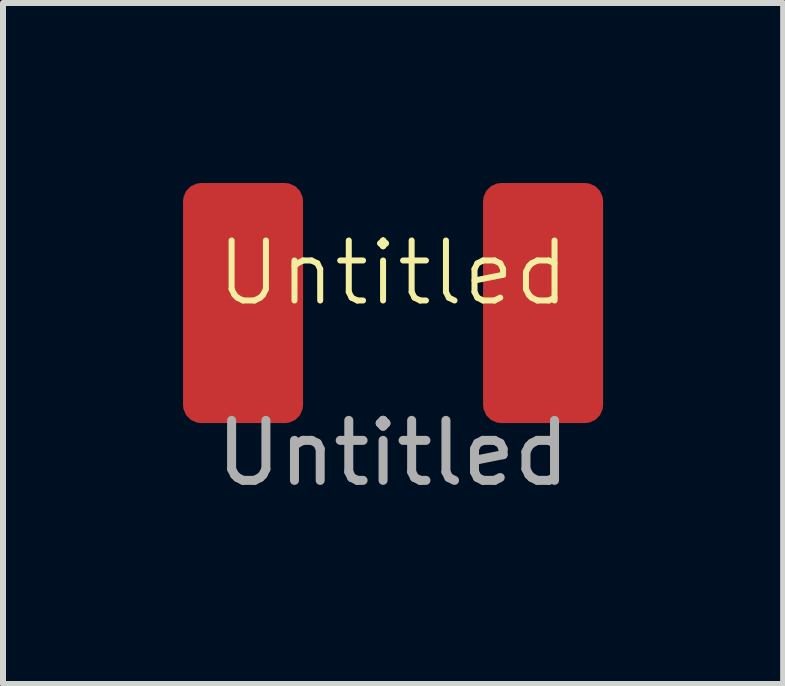
<source format=kicad_pcb>
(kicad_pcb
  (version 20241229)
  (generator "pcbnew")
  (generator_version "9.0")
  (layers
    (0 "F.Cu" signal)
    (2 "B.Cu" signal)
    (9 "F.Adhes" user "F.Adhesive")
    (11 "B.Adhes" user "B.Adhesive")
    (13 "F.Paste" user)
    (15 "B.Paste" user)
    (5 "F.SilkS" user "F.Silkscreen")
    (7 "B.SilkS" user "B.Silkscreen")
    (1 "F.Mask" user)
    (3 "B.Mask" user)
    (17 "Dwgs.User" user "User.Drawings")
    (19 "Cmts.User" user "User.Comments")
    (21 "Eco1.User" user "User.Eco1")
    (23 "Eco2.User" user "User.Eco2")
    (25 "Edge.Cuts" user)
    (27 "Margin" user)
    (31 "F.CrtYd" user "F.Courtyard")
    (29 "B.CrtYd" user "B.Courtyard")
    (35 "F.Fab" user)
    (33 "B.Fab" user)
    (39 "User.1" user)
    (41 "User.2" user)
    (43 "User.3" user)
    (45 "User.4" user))
  (footprint "Untitled"
    (layer "F.Cu")
    (at 3.5 2)
    (property "Reference" "Untitled" (at 0 -0.5 0) (unlocked yes) (layer "F.SilkS") (effects (font (size 1 1) (thickness 0.1))))
    (attr smd)
    (fp_text user "${REFERENCE}" (at 0 2.5 0) (unlocked yes) (layer "F.Fab") (effects (font (size 1 1) (thickness 0.15))))
    (pad "1" smd roundrect (at -2.5 0 90) (size 4 2) (layers "F.Cu" "F.Mask" "F.Paste") (roundrect_rratio 0.15))
    (pad "2" smd roundrect (at 2.5 0 90) (size 4 2) (layers "F.Cu" "F.Mask" "F.Paste") (roundrect_rratio 0.15)))
  (gr_rect
    (start -3 -3)
    (end 10 8.348)
    (stroke (width 0.1) (type default))
    (fill no)
    (layer "Edge.Cuts")))
</source>
